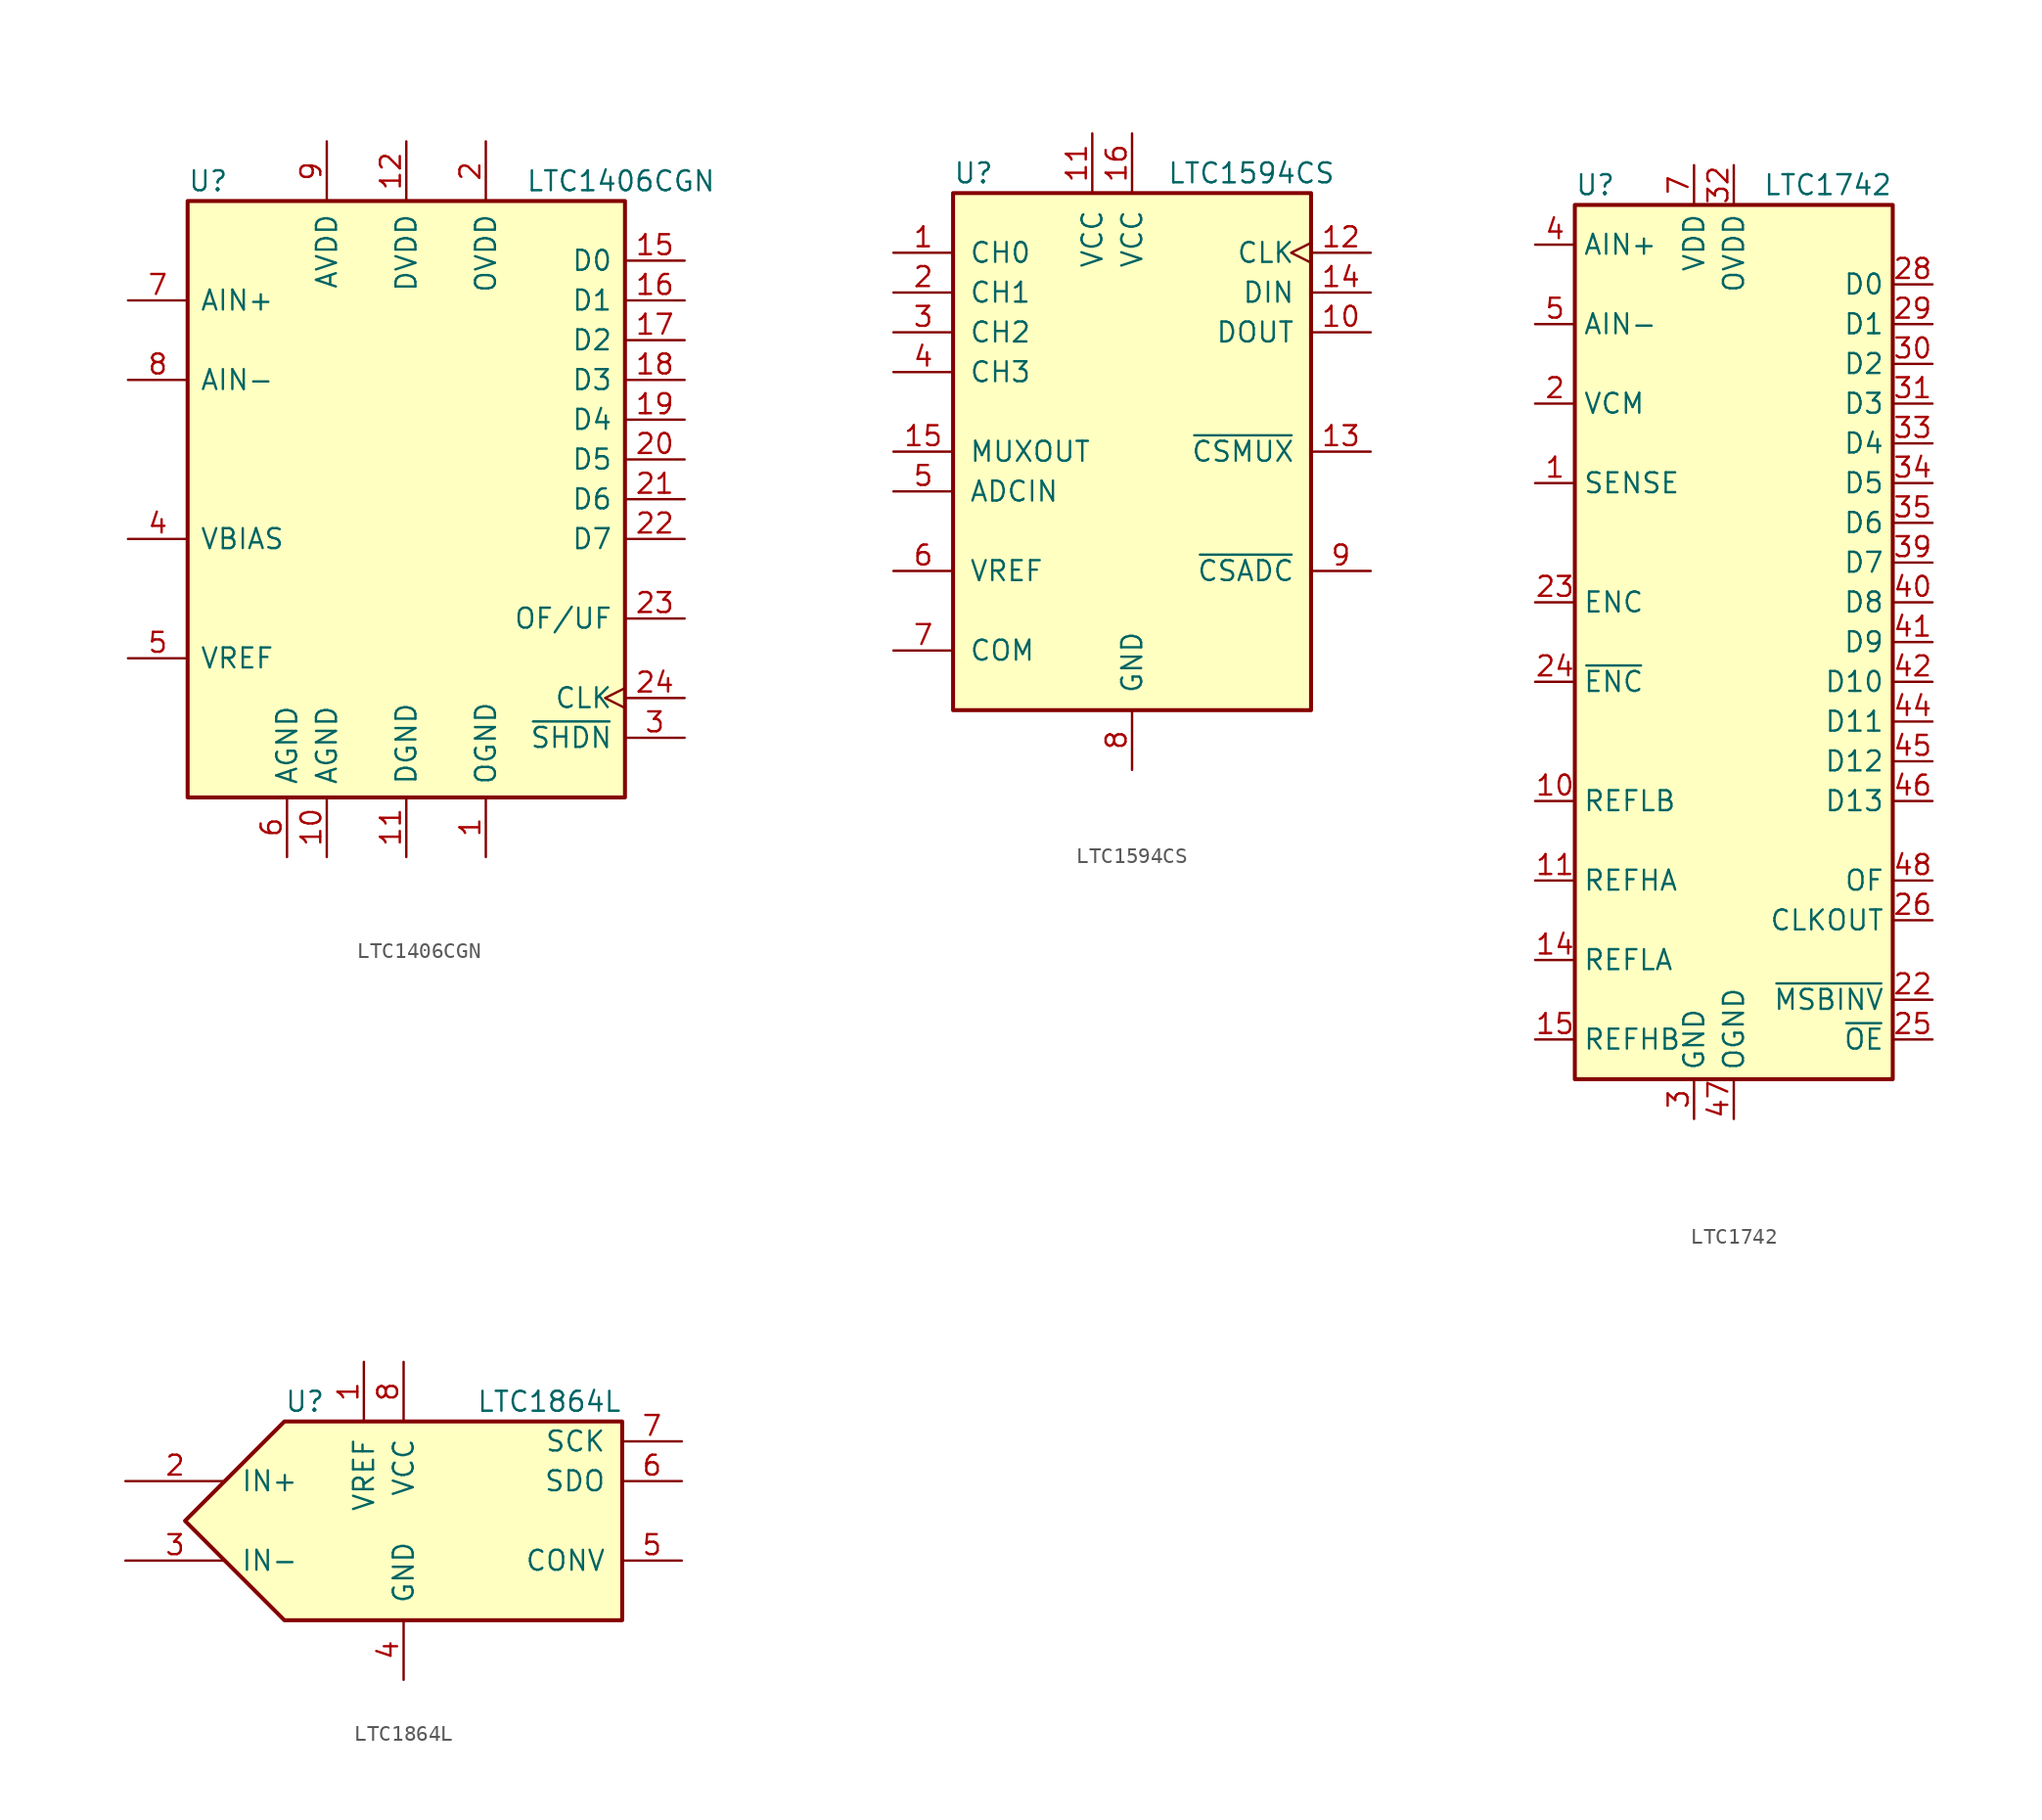
<source format=kicad_sym>
(kicad_symbol_lib
  (version 20211014)
  (generator kicad_symbol_editor)
  (symbol "LTC1406CGN"
    (pin_names
      (offset 0.762))
    (property "Reference" "U"
      (at -13.97 20.32 0)
      (effects (font (size 1.27 1.27)) (justify left)))
    (property "Value" "LTC1406CGN"
      (at 7.62 20.32 0)
      (effects (font (size 1.27 1.27)) (justify left)))
    (symbol "LTC1406CGN_0_1"
      (rectangle (start -13.97 -19.05) (end 13.97 19.05) (stroke (width 0.254) (type default) (color 0 0 0 0)) (fill (type background))))
    (symbol "LTC1406CGN_1_1"
      (pin power_in line (at 5.08 -22.86 90) (length 3.81) (name "OGND" (effects (font (size 1.27 1.27)))) (number "1" (effects (font (size 1.27 1.27)))))
      (pin power_in line (at -5.08 -22.86 90) (length 3.81) (name "AGND" (effects (font (size 1.27 1.27)))) (number "10" (effects (font (size 1.27 1.27)))))
      (pin power_in line (at 0 -22.86 90) (length 3.81) (name "DGND" (effects (font (size 1.27 1.27)))) (number "11" (effects (font (size 1.27 1.27)))))
      (pin power_in line (at 0 22.86 270) (length 3.81) (name "DVDD" (effects (font (size 1.27 1.27)))) (number "12" (effects (font (size 1.27 1.27)))))
      (pin no_connect line (at 7.62 -22.86 90) (length 3.81) hide (name "NC" (effects (font (size 1.27 1.27)))) (number "13" (effects (font (size 1.27 1.27)))))
      (pin no_connect line (at 10.16 -22.86 90) (length 3.81) hide (name "NC" (effects (font (size 1.27 1.27)))) (number "14" (effects (font (size 1.27 1.27)))))
      (pin output line (at 17.78 15.24 180) (length 3.81) (name "D0" (effects (font (size 1.27 1.27)))) (number "15" (effects (font (size 1.27 1.27)))))
      (pin output line (at 17.78 12.7 180) (length 3.81) (name "D1" (effects (font (size 1.27 1.27)))) (number "16" (effects (font (size 1.27 1.27)))))
      (pin output line (at 17.78 10.16 180) (length 3.81) (name "D2" (effects (font (size 1.27 1.27)))) (number "17" (effects (font (size 1.27 1.27)))))
      (pin output line (at 17.78 7.62 180) (length 3.81) (name "D3" (effects (font (size 1.27 1.27)))) (number "18" (effects (font (size 1.27 1.27)))))
      (pin output line (at 17.78 5.08 180) (length 3.81) (name "D4" (effects (font (size 1.27 1.27)))) (number "19" (effects (font (size 1.27 1.27)))))
      (pin power_in line (at 5.08 22.86 270) (length 3.81) (name "OVDD" (effects (font (size 1.27 1.27)))) (number "2" (effects (font (size 1.27 1.27)))))
      (pin output line (at 17.78 2.54 180) (length 3.81) (name "D5" (effects (font (size 1.27 1.27)))) (number "20" (effects (font (size 1.27 1.27)))))
      (pin output line (at 17.78 0 180) (length 3.81) (name "D6" (effects (font (size 1.27 1.27)))) (number "21" (effects (font (size 1.27 1.27)))))
      (pin output line (at 17.78 -2.54 180) (length 3.81) (name "D7" (effects (font (size 1.27 1.27)))) (number "22" (effects (font (size 1.27 1.27)))))
      (pin output line (at 17.78 -7.62 180) (length 3.81) (name "OF/UF" (effects (font (size 1.27 1.27)))) (number "23" (effects (font (size 1.27 1.27)))))
      (pin input clock (at 17.78 -12.7 180) (length 3.81) (name "CLK" (effects (font (size 1.27 1.27)))) (number "24" (effects (font (size 1.27 1.27)))))
      (pin input line (at 17.78 -15.24 180) (length 3.81) (name "~{SHDN}" (effects (font (size 1.27 1.27)))) (number "3" (effects (font (size 1.27 1.27)))))
      (pin input line (at -17.78 -2.54 0) (length 3.81) (name "VBIAS" (effects (font (size 1.27 1.27)))) (number "4" (effects (font (size 1.27 1.27)))))
      (pin input line (at -17.78 -10.16 0) (length 3.81) (name "VREF" (effects (font (size 1.27 1.27)))) (number "5" (effects (font (size 1.27 1.27)))))
      (pin power_in line (at -7.62 -22.86 90) (length 3.81) (name "AGND" (effects (font (size 1.27 1.27)))) (number "6" (effects (font (size 1.27 1.27)))))
      (pin input line (at -17.78 12.7 0) (length 3.81) (name "AIN+" (effects (font (size 1.27 1.27)))) (number "7" (effects (font (size 1.27 1.27)))))
      (pin input line (at -17.78 7.62 0) (length 3.81) (name "AIN-" (effects (font (size 1.27 1.27)))) (number "8" (effects (font (size 1.27 1.27)))))
      (pin power_in line (at -5.08 22.86 270) (length 3.81) (name "AVDD" (effects (font (size 1.27 1.27)))) (number "9" (effects (font (size 1.27 1.27)))))))
  (symbol "LTC1594CS"
    (pin_names
      (offset 1.016))
    (property "Reference" "U"
      (at -11.43 17.78 0)
      (effects (font (size 1.27 1.27)) (justify left)))
    (property "Value" "LTC1594CS"
      (at 7.62 17.78 0)
      (effects (font (size 1.27 1.27))))
    (symbol "LTC1594CS_0_1"
      (rectangle (start -11.43 16.51) (end 11.43 -16.51) (stroke (width 0.254) (type default) (color 0 0 0 0)) (fill (type background))))
    (symbol "LTC1594CS_1_1"
      (pin input line (at -15.24 12.7 0) (length 3.81) (name "CH0" (effects (font (size 1.27 1.27)))) (number "1" (effects (font (size 1.27 1.27)))))
      (pin output line (at 15.24 7.62 180) (length 3.81) (name "DOUT" (effects (font (size 1.27 1.27)))) (number "10" (effects (font (size 1.27 1.27)))))
      (pin power_in line (at -2.54 20.32 270) (length 3.81) (name "VCC" (effects (font (size 1.27 1.27)))) (number "11" (effects (font (size 1.27 1.27)))))
      (pin input clock (at 15.24 12.7 180) (length 3.81) (name "CLK" (effects (font (size 1.27 1.27)))) (number "12" (effects (font (size 1.27 1.27)))))
      (pin input line (at 15.24 0 180) (length 3.81) (name "~{CSMUX}" (effects (font (size 1.27 1.27)))) (number "13" (effects (font (size 1.27 1.27)))))
      (pin input line (at 15.24 10.16 180) (length 3.81) (name "DIN" (effects (font (size 1.27 1.27)))) (number "14" (effects (font (size 1.27 1.27)))))
      (pin output line (at -15.24 0 0) (length 3.81) (name "MUXOUT" (effects (font (size 1.27 1.27)))) (number "15" (effects (font (size 1.27 1.27)))))
      (pin power_in line (at 0 20.32 270) (length 3.81) (name "VCC" (effects (font (size 1.27 1.27)))) (number "16" (effects (font (size 1.27 1.27)))))
      (pin input line (at -15.24 10.16 0) (length 3.81) (name "CH1" (effects (font (size 1.27 1.27)))) (number "2" (effects (font (size 1.27 1.27)))))
      (pin input line (at -15.24 7.62 0) (length 3.81) (name "CH2" (effects (font (size 1.27 1.27)))) (number "3" (effects (font (size 1.27 1.27)))))
      (pin input line (at -15.24 5.08 0) (length 3.81) (name "CH3" (effects (font (size 1.27 1.27)))) (number "4" (effects (font (size 1.27 1.27)))))
      (pin input line (at -15.24 -2.54 0) (length 3.81) (name "ADCIN" (effects (font (size 1.27 1.27)))) (number "5" (effects (font (size 1.27 1.27)))))
      (pin input line (at -15.24 -7.62 0) (length 3.81) (name "VREF" (effects (font (size 1.27 1.27)))) (number "6" (effects (font (size 1.27 1.27)))))
      (pin input line (at -15.24 -12.7 0) (length 3.81) (name "COM" (effects (font (size 1.27 1.27)))) (number "7" (effects (font (size 1.27 1.27)))))
      (pin power_in line (at 0 -20.32 90) (length 3.81) (name "GND" (effects (font (size 1.27 1.27)))) (number "8" (effects (font (size 1.27 1.27)))))
      (pin input line (at 15.24 -7.62 180) (length 3.81) (name "~{CSADC}" (effects (font (size 1.27 1.27)))) (number "9" (effects (font (size 1.27 1.27)))))))
  (symbol "LTC1742"
    (property "Reference" "U"
      (at -10.16 29.21 0)
      (effects (font (size 1.27 1.27)) (justify left)))
    (property "Value" "LTC1742"
      (at 10.16 29.21 0)
      (effects (font (size 1.27 1.27)) (justify right)))
    (symbol "LTC1742_0_1"
      (rectangle (start -10.16 27.94) (end 10.16 -27.94) (stroke (width 0.254) (type default) (color 0 0 0 0)) (fill (type background))))
    (symbol "LTC1742_1_1"
      (pin input line (at -12.7 10.16 0) (length 2.54) (name "SENSE" (effects (font (size 1.27 1.27)))) (number "1" (effects (font (size 1.27 1.27)))))
      (pin passive line (at -12.7 -10.16 0) (length 2.54) (name "REFLB" (effects (font (size 1.27 1.27)))) (number "10" (effects (font (size 1.27 1.27)))))
      (pin passive line (at -12.7 -15.24 0) (length 2.54) (name "REFHA" (effects (font (size 1.27 1.27)))) (number "11" (effects (font (size 1.27 1.27)))))
      (pin passive line (at -2.54 -30.48 90) (length 2.54) hide (name "GND" (effects (font (size 1.27 1.27)))) (number "12" (effects (font (size 1.27 1.27)))))
      (pin passive line (at -2.54 -30.48 90) (length 2.54) hide (name "GND" (effects (font (size 1.27 1.27)))) (number "13" (effects (font (size 1.27 1.27)))))
      (pin passive line (at -12.7 -20.32 0) (length 2.54) (name "REFLA" (effects (font (size 1.27 1.27)))) (number "14" (effects (font (size 1.27 1.27)))))
      (pin passive line (at -12.7 -25.4 0) (length 2.54) (name "REFHB" (effects (font (size 1.27 1.27)))) (number "15" (effects (font (size 1.27 1.27)))))
      (pin passive line (at -2.54 -30.48 90) (length 2.54) hide (name "GND" (effects (font (size 1.27 1.27)))) (number "16" (effects (font (size 1.27 1.27)))))
      (pin passive line (at -2.54 30.48 270) (length 2.54) hide (name "VDD" (effects (font (size 1.27 1.27)))) (number "17" (effects (font (size 1.27 1.27)))))
      (pin passive line (at -2.54 30.48 270) (length 2.54) hide (name "VDD" (effects (font (size 1.27 1.27)))) (number "18" (effects (font (size 1.27 1.27)))))
      (pin passive line (at -2.54 -30.48 90) (length 2.54) hide (name "GND" (effects (font (size 1.27 1.27)))) (number "19" (effects (font (size 1.27 1.27)))))
      (pin output line (at -12.7 15.24 0) (length 2.54) (name "VCM" (effects (font (size 1.27 1.27)))) (number "2" (effects (font (size 1.27 1.27)))))
      (pin passive line (at -2.54 30.48 270) (length 2.54) hide (name "VDD" (effects (font (size 1.27 1.27)))) (number "20" (effects (font (size 1.27 1.27)))))
      (pin passive line (at -2.54 -30.48 90) (length 2.54) hide (name "GND" (effects (font (size 1.27 1.27)))) (number "21" (effects (font (size 1.27 1.27)))))
      (pin input line (at 12.7 -22.86 180) (length 2.54) (name "~{MSBINV}" (effects (font (size 1.27 1.27)))) (number "22" (effects (font (size 1.27 1.27)))))
      (pin input line (at -12.7 2.54 0) (length 2.54) (name "ENC" (effects (font (size 1.27 1.27)))) (number "23" (effects (font (size 1.27 1.27)))))
      (pin input line (at -12.7 -2.54 0) (length 2.54) (name "~{ENC}" (effects (font (size 1.27 1.27)))) (number "24" (effects (font (size 1.27 1.27)))))
      (pin input line (at 12.7 -25.4 180) (length 2.54) (name "~{OE}" (effects (font (size 1.27 1.27)))) (number "25" (effects (font (size 1.27 1.27)))))
      (pin output line (at 12.7 -17.78 180) (length 2.54) (name "CLKOUT" (effects (font (size 1.27 1.27)))) (number "26" (effects (font (size 1.27 1.27)))))
      (pin passive line (at 0 -30.48 90) (length 2.54) hide (name "OGND" (effects (font (size 1.27 1.27)))) (number "27" (effects (font (size 1.27 1.27)))))
      (pin output line (at 12.7 22.86 180) (length 2.54) (name "D0" (effects (font (size 1.27 1.27)))) (number "28" (effects (font (size 1.27 1.27)))))
      (pin output line (at 12.7 20.32 180) (length 2.54) (name "D1" (effects (font (size 1.27 1.27)))) (number "29" (effects (font (size 1.27 1.27)))))
      (pin power_in line (at -2.54 -30.48 90) (length 2.54) (name "GND" (effects (font (size 1.27 1.27)))) (number "3" (effects (font (size 1.27 1.27)))))
      (pin output line (at 12.7 17.78 180) (length 2.54) (name "D2" (effects (font (size 1.27 1.27)))) (number "30" (effects (font (size 1.27 1.27)))))
      (pin output line (at 12.7 15.24 180) (length 2.54) (name "D3" (effects (font (size 1.27 1.27)))) (number "31" (effects (font (size 1.27 1.27)))))
      (pin power_in line (at 0 30.48 270) (length 2.54) (name "OVDD" (effects (font (size 1.27 1.27)))) (number "32" (effects (font (size 1.27 1.27)))))
      (pin output line (at 12.7 12.7 180) (length 2.54) (name "D4" (effects (font (size 1.27 1.27)))) (number "33" (effects (font (size 1.27 1.27)))))
      (pin output line (at 12.7 10.16 180) (length 2.54) (name "D5" (effects (font (size 1.27 1.27)))) (number "34" (effects (font (size 1.27 1.27)))))
      (pin output line (at 12.7 7.62 180) (length 2.54) (name "D6" (effects (font (size 1.27 1.27)))) (number "35" (effects (font (size 1.27 1.27)))))
      (pin passive line (at -2.54 -30.48 90) (length 2.54) hide (name "GND" (effects (font (size 1.27 1.27)))) (number "36" (effects (font (size 1.27 1.27)))))
      (pin passive line (at -2.54 -30.48 90) (length 2.54) hide (name "GND" (effects (font (size 1.27 1.27)))) (number "37" (effects (font (size 1.27 1.27)))))
      (pin passive line (at 0 -30.48 90) (length 2.54) hide (name "OGND" (effects (font (size 1.27 1.27)))) (number "38" (effects (font (size 1.27 1.27)))))
      (pin output line (at 12.7 5.08 180) (length 2.54) (name "D7" (effects (font (size 1.27 1.27)))) (number "39" (effects (font (size 1.27 1.27)))))
      (pin input line (at -12.7 25.4 0) (length 2.54) (name "AIN+" (effects (font (size 1.27 1.27)))) (number "4" (effects (font (size 1.27 1.27)))))
      (pin output line (at 12.7 2.54 180) (length 2.54) (name "D8" (effects (font (size 1.27 1.27)))) (number "40" (effects (font (size 1.27 1.27)))))
      (pin output line (at 12.7 0 180) (length 2.54) (name "D9" (effects (font (size 1.27 1.27)))) (number "41" (effects (font (size 1.27 1.27)))))
      (pin output line (at 12.7 -2.54 180) (length 2.54) (name "D10" (effects (font (size 1.27 1.27)))) (number "42" (effects (font (size 1.27 1.27)))))
      (pin passive line (at 0 30.48 270) (length 2.54) hide (name "OVDD" (effects (font (size 1.27 1.27)))) (number "43" (effects (font (size 1.27 1.27)))))
      (pin output line (at 12.7 -5.08 180) (length 2.54) (name "D11" (effects (font (size 1.27 1.27)))) (number "44" (effects (font (size 1.27 1.27)))))
      (pin output line (at 12.7 -7.62 180) (length 2.54) (name "D12" (effects (font (size 1.27 1.27)))) (number "45" (effects (font (size 1.27 1.27)))))
      (pin output line (at 12.7 -10.16 180) (length 2.54) (name "D13" (effects (font (size 1.27 1.27)))) (number "46" (effects (font (size 1.27 1.27)))))
      (pin power_in line (at 0 -30.48 90) (length 2.54) (name "OGND" (effects (font (size 1.27 1.27)))) (number "47" (effects (font (size 1.27 1.27)))))
      (pin output line (at 12.7 -15.24 180) (length 2.54) (name "OF" (effects (font (size 1.27 1.27)))) (number "48" (effects (font (size 1.27 1.27)))))
      (pin input line (at -12.7 20.32 0) (length 2.54) (name "AIN-" (effects (font (size 1.27 1.27)))) (number "5" (effects (font (size 1.27 1.27)))))
      (pin passive line (at -2.54 -30.48 90) (length 2.54) hide (name "GND" (effects (font (size 1.27 1.27)))) (number "6" (effects (font (size 1.27 1.27)))))
      (pin power_in line (at -2.54 30.48 270) (length 2.54) (name "VDD" (effects (font (size 1.27 1.27)))) (number "7" (effects (font (size 1.27 1.27)))))
      (pin passive line (at -2.54 30.48 270) (length 2.54) hide (name "VDD" (effects (font (size 1.27 1.27)))) (number "8" (effects (font (size 1.27 1.27)))))
      (pin passive line (at -2.54 -30.48 90) (length 2.54) hide (name "GND" (effects (font (size 1.27 1.27)))) (number "9" (effects (font (size 1.27 1.27)))))))
  (symbol "LTC1864L"
    (pin_names
      (offset 1.016))
    (property "Reference" "U"
      (at -10.16 7.62 0)
      (effects (font (size 1.27 1.27)) (justify left)))
    (property "Value" "LTC1864L"
      (at 11.43 7.62 0)
      (effects (font (size 1.27 1.27)) (justify right)))
    (symbol "LTC1864L_0_1"
      (polyline (pts (xy 11.43 6.35) (xy -10.16 6.35) (xy -16.51 0) (xy -10.16 -6.35) (xy 11.43 -6.35) (xy 11.43 6.35)) (stroke (width 0.254) (type default) (color 0 0 0 0)) (fill (type background))))
    (symbol "LTC1864L_1_1"
      (pin input line (at -5.08 10.16 270) (length 3.81) (name "VREF" (effects (font (size 1.27 1.27)))) (number "1" (effects (font (size 1.27 1.27)))))
      (pin input line (at -20.32 2.54 0) (length 6.35) (name "IN+" (effects (font (size 1.27 1.27)))) (number "2" (effects (font (size 1.27 1.27)))))
      (pin input line (at -20.32 -2.54 0) (length 6.35) (name "IN-" (effects (font (size 1.27 1.27)))) (number "3" (effects (font (size 1.27 1.27)))))
      (pin power_in line (at -2.54 -10.16 90) (length 3.81) (name "GND" (effects (font (size 1.27 1.27)))) (number "4" (effects (font (size 1.27 1.27)))))
      (pin input line (at 15.24 -2.54 180) (length 3.81) (name "CONV" (effects (font (size 1.27 1.27)))) (number "5" (effects (font (size 1.27 1.27)))))
      (pin output line (at 15.24 2.54 180) (length 3.81) (name "SDO" (effects (font (size 1.27 1.27)))) (number "6" (effects (font (size 1.27 1.27)))))
      (pin input line (at 15.24 5.08 180) (length 3.81) (name "SCK" (effects (font (size 1.27 1.27)))) (number "7" (effects (font (size 1.27 1.27)))))
      (pin power_in line (at -2.54 10.16 270) (length 3.81) (name "VCC" (effects (font (size 1.27 1.27)))) (number "8" (effects (font (size 1.27 1.27))))))))
</source>
